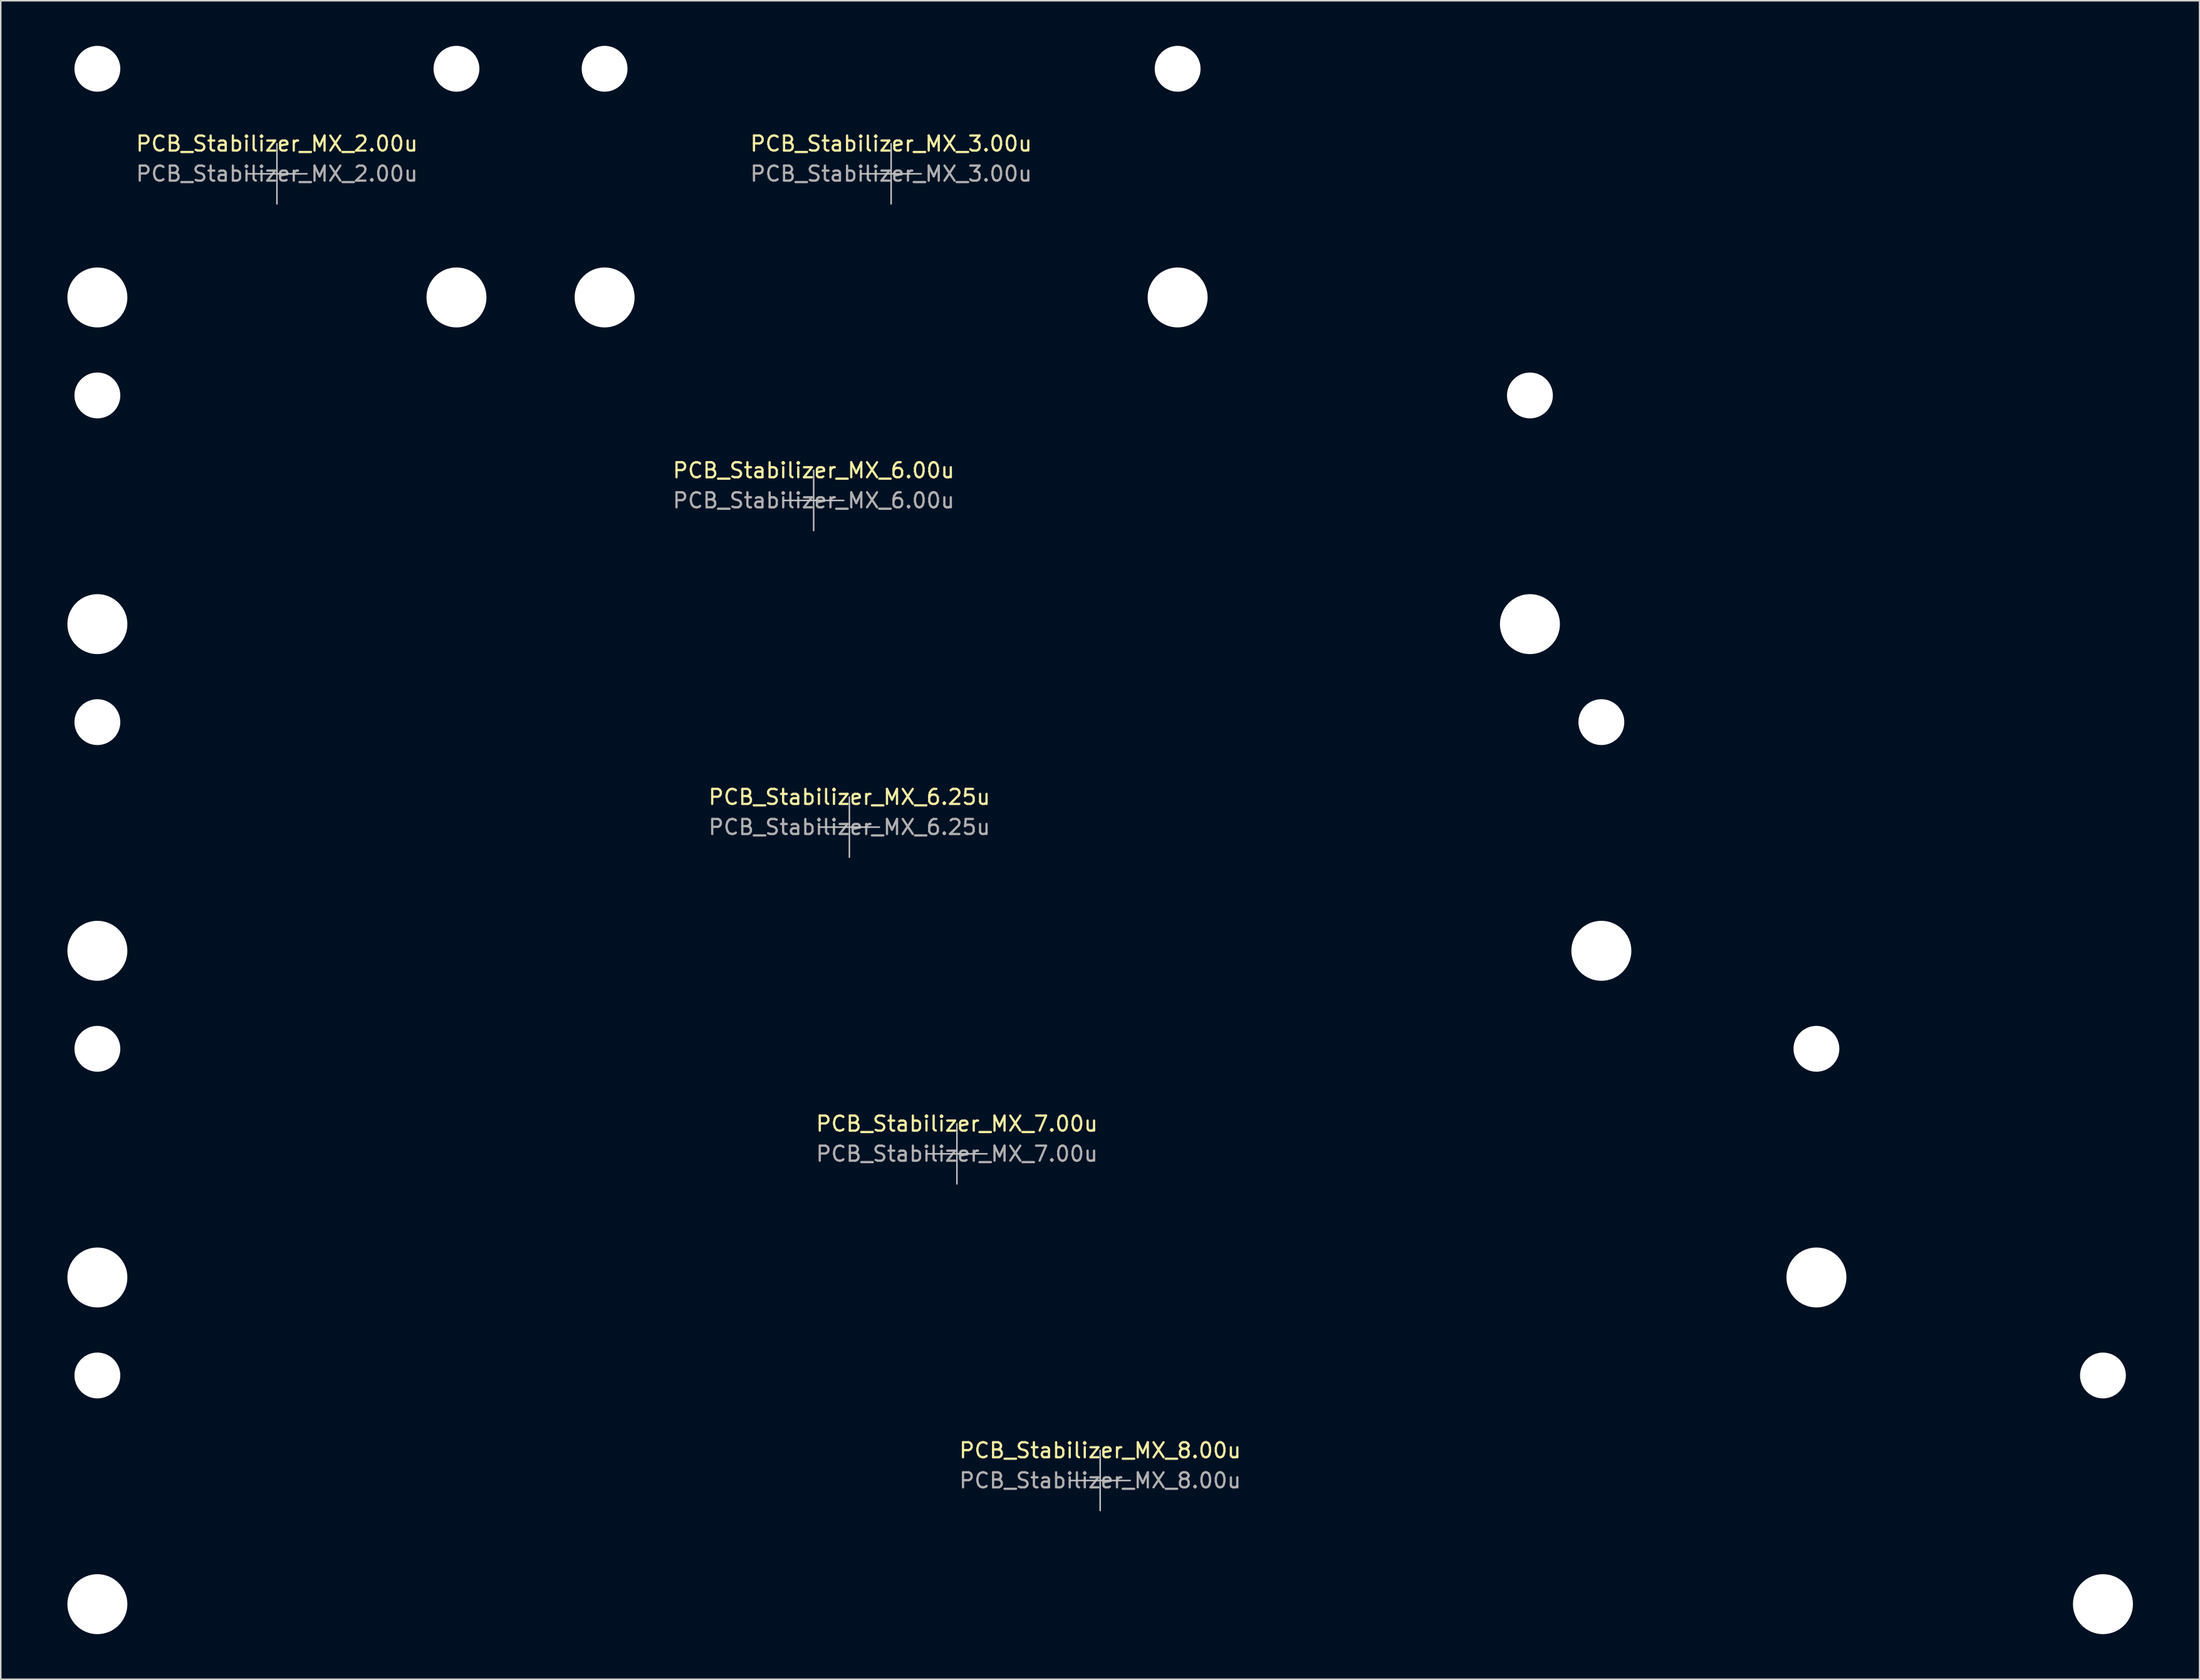
<source format=kicad_pcb>
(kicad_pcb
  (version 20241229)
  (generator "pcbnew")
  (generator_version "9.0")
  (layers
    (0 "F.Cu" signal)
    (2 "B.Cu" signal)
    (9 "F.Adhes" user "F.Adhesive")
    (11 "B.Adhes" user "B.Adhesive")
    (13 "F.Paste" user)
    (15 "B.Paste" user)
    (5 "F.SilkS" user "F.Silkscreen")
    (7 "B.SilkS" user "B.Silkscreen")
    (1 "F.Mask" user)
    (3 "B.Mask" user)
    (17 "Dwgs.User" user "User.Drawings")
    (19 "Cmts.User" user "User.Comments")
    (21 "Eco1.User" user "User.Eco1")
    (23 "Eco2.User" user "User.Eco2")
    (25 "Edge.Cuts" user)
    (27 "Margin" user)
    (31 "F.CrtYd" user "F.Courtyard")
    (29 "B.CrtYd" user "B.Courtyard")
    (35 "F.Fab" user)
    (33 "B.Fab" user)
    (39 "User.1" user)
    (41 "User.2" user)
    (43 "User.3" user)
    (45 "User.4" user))
  (footprint "PCB_Stabilizer_MX_3.00u"
    (layer "F.Cu")
    (at 56.201 8.509)
    (property "Reference" "PCB_Stabilizer_MX_3.00u" (at 0 -2 0) (layer "F.SilkS") (effects (font (size 1 1) (thickness 0.15))))
    (attr exclude_from_pos_files exclude_from_bom)
    (fp_line (start -2 0) (end 2 0) (stroke (width 0.1) (type solid)) (layer "Dwgs.User"))
    (fp_line (start 0 2) (end 0 -2) (stroke (width 0.1) (type solid)) (layer "Dwgs.User"))
    (fp_line (start -22.425 -5.53) (end -22.425 6.77) (stroke (width 0.1) (type solid)) (layer "Eco1.User"))
    (fp_line (start -22.425 6.77) (end -15.675 6.77) (stroke (width 0.1) (type solid)) (layer "Eco1.User"))
    (fp_line (start -15.675 -5.53) (end -22.425 -5.53) (stroke (width 0.1) (type solid)) (layer "Eco1.User"))
    (fp_line (start -15.675 6.77) (end -15.675 -5.53) (stroke (width 0.1) (type solid)) (layer "Eco1.User"))
    (fp_line (start 15.675 -5.53) (end 15.675 6.77) (stroke (width 0.1) (type solid)) (layer "Eco1.User"))
    (fp_line (start 15.675 6.77) (end 22.425 6.77) (stroke (width 0.1) (type solid)) (layer "Eco1.User"))
    (fp_line (start 22.425 -5.53) (end 15.675 -5.53) (stroke (width 0.1) (type solid)) (layer "Eco1.User"))
    (fp_line (start 22.425 6.77) (end 22.425 -5.53) (stroke (width 0.1) (type solid)) (layer "Eco1.User"))
    (fp_text user "${REFERENCE}" (at 0 0 0) (layer "F.Fab") (effects (font (size 1 1) (thickness 0.15))))
    (pad "" np_thru_hole circle (at -19.05 -6.985) (size 3.048 3.048) (drill 3.048) (layers "*.Cu" "*.Mask"))
    (pad "" np_thru_hole circle (at -19.05 8.225) (size 3.988 3.988) (drill 3.988) (layers "*.Cu" "*.Mask"))
    (pad "" np_thru_hole circle (at 19.05 -6.985) (size 3.048 3.048) (drill 3.048) (layers "*.Cu" "*.Mask"))
    (pad "" np_thru_hole circle (at 19.05 8.225) (size 3.988 3.988) (drill 3.988) (layers "*.Cu" "*.Mask")))
  (footprint "PCB_Stabilizer_MX_8.00u"
    (layer "F.Cu")
    (at 70.1 95.421)
    (property "Reference" "PCB_Stabilizer_MX_8.00u" (at 0 -2 0) (layer "F.SilkS") (effects (font (size 1 1) (thickness 0.15))))
    (attr exclude_from_pos_files exclude_from_bom)
    (fp_line (start -2 0) (end 2 0) (stroke (width 0.1) (type solid)) (layer "Dwgs.User"))
    (fp_line (start 0 2) (end 0 -2) (stroke (width 0.1) (type solid)) (layer "Dwgs.User"))
    (fp_line (start -70.05 -5.53) (end -70.05 6.77) (stroke (width 0.1) (type solid)) (layer "Eco1.User"))
    (fp_line (start -70.05 6.77) (end -63.3 6.77) (stroke (width 0.1) (type solid)) (layer "Eco1.User"))
    (fp_line (start -63.3 -5.53) (end -70.05 -5.53) (stroke (width 0.1) (type solid)) (layer "Eco1.User"))
    (fp_line (start -63.3 6.77) (end -63.3 -5.53) (stroke (width 0.1) (type solid)) (layer "Eco1.User"))
    (fp_line (start 63.3 -5.53) (end 63.3 6.77) (stroke (width 0.1) (type solid)) (layer "Eco1.User"))
    (fp_line (start 63.3 6.77) (end 70.05 6.77) (stroke (width 0.1) (type solid)) (layer "Eco1.User"))
    (fp_line (start 70.05 -5.53) (end 63.3 -5.53) (stroke (width 0.1) (type solid)) (layer "Eco1.User"))
    (fp_line (start 70.05 6.77) (end 70.05 -5.53) (stroke (width 0.1) (type solid)) (layer "Eco1.User"))
    (fp_text user "${REFERENCE}" (at 0 0 0) (layer "F.Fab") (effects (font (size 1 1) (thickness 0.15))))
    (pad "" np_thru_hole circle (at -66.675 -6.985) (size 3.048 3.048) (drill 3.048) (layers "*.Cu" "*.Mask"))
    (pad "" np_thru_hole circle (at -66.675 8.225) (size 3.988 3.988) (drill 3.988) (layers "*.Cu" "*.Mask"))
    (pad "" np_thru_hole circle (at 66.675 -6.985) (size 3.048 3.048) (drill 3.048) (layers "*.Cu" "*.Mask"))
    (pad "" np_thru_hole circle (at 66.675 8.225) (size 3.988 3.988) (drill 3.988) (layers "*.Cu" "*.Mask")))
  (footprint "PCB_Stabilizer_MX_6.00u"
    (layer "F.Cu")
    (at 51.05 30.237)
    (property "Reference" "PCB_Stabilizer_MX_6.00u" (at 0 -2 0) (layer "F.SilkS") (effects (font (size 1 1) (thickness 0.15))))
    (attr exclude_from_pos_files exclude_from_bom)
    (fp_line (start -2 0) (end 2 0) (stroke (width 0.1) (type solid)) (layer "Dwgs.User"))
    (fp_line (start 0 2) (end 0 -2) (stroke (width 0.1) (type solid)) (layer "Dwgs.User"))
    (fp_line (start -51 -5.53) (end -51 6.77) (stroke (width 0.1) (type solid)) (layer "Eco1.User"))
    (fp_line (start -51 6.77) (end -44.25 6.77) (stroke (width 0.1) (type solid)) (layer "Eco1.User"))
    (fp_line (start -44.25 -5.53) (end -51 -5.53) (stroke (width 0.1) (type solid)) (layer "Eco1.User"))
    (fp_line (start -44.25 6.77) (end -44.25 -5.53) (stroke (width 0.1) (type solid)) (layer "Eco1.User"))
    (fp_line (start 44.25 -5.53) (end 44.25 6.77) (stroke (width 0.1) (type solid)) (layer "Eco1.User"))
    (fp_line (start 44.25 6.77) (end 51 6.77) (stroke (width 0.1) (type solid)) (layer "Eco1.User"))
    (fp_line (start 51 -5.53) (end 44.25 -5.53) (stroke (width 0.1) (type solid)) (layer "Eco1.User"))
    (fp_line (start 51 6.77) (end 51 -5.53) (stroke (width 0.1) (type solid)) (layer "Eco1.User"))
    (fp_text user "${REFERENCE}" (at 0 0 0) (layer "F.Fab") (effects (font (size 1 1) (thickness 0.15))))
    (pad "" np_thru_hole circle (at -47.625 -6.985) (size 3.048 3.048) (drill 3.048) (layers "*.Cu" "*.Mask"))
    (pad "" np_thru_hole circle (at -47.625 8.225) (size 3.988 3.988) (drill 3.988) (layers "*.Cu" "*.Mask"))
    (pad "" np_thru_hole circle (at 47.625 -6.985) (size 3.048 3.048) (drill 3.048) (layers "*.Cu" "*.Mask"))
    (pad "" np_thru_hole circle (at 47.625 8.225) (size 3.988 3.988) (drill 3.988) (layers "*.Cu" "*.Mask")))
  (footprint "PCB_Stabilizer_MX_2.00u"
    (layer "F.Cu")
    (at 15.363 8.509)
    (property "Reference" "PCB_Stabilizer_MX_2.00u" (at 0 -2 0) (layer "F.SilkS") (effects (font (size 1 1) (thickness 0.15))))
    (attr exclude_from_pos_files exclude_from_bom)
    (fp_line (start -2 0) (end 2 0) (stroke (width 0.1) (type solid)) (layer "Dwgs.User"))
    (fp_line (start 0 2) (end 0 -2) (stroke (width 0.1) (type solid)) (layer "Dwgs.User"))
    (fp_line (start -15.313 -5.53) (end -15.313 6.77) (stroke (width 0.1) (type solid)) (layer "Eco1.User"))
    (fp_line (start -15.313 6.77) (end -8.563 6.77) (stroke (width 0.1) (type solid)) (layer "Eco1.User"))
    (fp_line (start -8.563 -5.53) (end -15.313 -5.53) (stroke (width 0.1) (type solid)) (layer "Eco1.User"))
    (fp_line (start -8.563 6.77) (end -8.563 -5.53) (stroke (width 0.1) (type solid)) (layer "Eco1.User"))
    (fp_line (start 8.563 -5.53) (end 8.563 6.77) (stroke (width 0.1) (type solid)) (layer "Eco1.User"))
    (fp_line (start 8.563 6.77) (end 15.313 6.77) (stroke (width 0.1) (type solid)) (layer "Eco1.User"))
    (fp_line (start 15.313 -5.53) (end 8.563 -5.53) (stroke (width 0.1) (type solid)) (layer "Eco1.User"))
    (fp_line (start 15.313 6.77) (end 15.313 -5.53) (stroke (width 0.1) (type solid)) (layer "Eco1.User"))
    (fp_text user "${REFERENCE}" (at 0 0 0) (layer "F.Fab") (effects (font (size 1 1) (thickness 0.15))))
    (pad "" np_thru_hole circle (at -11.938 -6.985) (size 3.048 3.048) (drill 3.048) (layers "*.Cu" "*.Mask"))
    (pad "" np_thru_hole circle (at -11.938 8.225) (size 3.988 3.988) (drill 3.988) (layers "*.Cu" "*.Mask"))
    (pad "" np_thru_hole circle (at 11.938 -6.985) (size 3.048 3.048) (drill 3.048) (layers "*.Cu" "*.Mask"))
    (pad "" np_thru_hole circle (at 11.938 8.225) (size 3.988 3.988) (drill 3.988) (layers "*.Cu" "*.Mask")))
  (footprint "PCB_Stabilizer_MX_7.00u"
    (layer "F.Cu")
    (at 60.575 73.693)
    (property "Reference" "PCB_Stabilizer_MX_7.00u" (at 0 -2 0) (layer "F.SilkS") (effects (font (size 1 1) (thickness 0.15))))
    (attr exclude_from_pos_files exclude_from_bom)
    (fp_line (start -2 0) (end 2 0) (stroke (width 0.1) (type solid)) (layer "Dwgs.User"))
    (fp_line (start 0 2) (end 0 -2) (stroke (width 0.1) (type solid)) (layer "Dwgs.User"))
    (fp_line (start -60.525 -5.53) (end -60.525 6.77) (stroke (width 0.1) (type solid)) (layer "Eco1.User"))
    (fp_line (start -60.525 6.77) (end -53.775 6.77) (stroke (width 0.1) (type solid)) (layer "Eco1.User"))
    (fp_line (start -53.775 -5.53) (end -60.525 -5.53) (stroke (width 0.1) (type solid)) (layer "Eco1.User"))
    (fp_line (start -53.775 6.77) (end -53.775 -5.53) (stroke (width 0.1) (type solid)) (layer "Eco1.User"))
    (fp_line (start 53.775 -5.53) (end 53.775 6.77) (stroke (width 0.1) (type solid)) (layer "Eco1.User"))
    (fp_line (start 53.775 6.77) (end 60.525 6.77) (stroke (width 0.1) (type solid)) (layer "Eco1.User"))
    (fp_line (start 60.525 -5.53) (end 53.775 -5.53) (stroke (width 0.1) (type solid)) (layer "Eco1.User"))
    (fp_line (start 60.525 6.77) (end 60.525 -5.53) (stroke (width 0.1) (type solid)) (layer "Eco1.User"))
    (fp_text user "${REFERENCE}" (at 0 0 0) (layer "F.Fab") (effects (font (size 1 1) (thickness 0.15))))
    (pad "" np_thru_hole circle (at -57.15 -6.985) (size 3.048 3.048) (drill 3.048) (layers "*.Cu" "*.Mask"))
    (pad "" np_thru_hole circle (at -57.15 8.225) (size 3.988 3.988) (drill 3.988) (layers "*.Cu" "*.Mask"))
    (pad "" np_thru_hole circle (at 57.15 -6.985) (size 3.048 3.048) (drill 3.048) (layers "*.Cu" "*.Mask"))
    (pad "" np_thru_hole circle (at 57.15 8.225) (size 3.988 3.988) (drill 3.988) (layers "*.Cu" "*.Mask")))
  (footprint "PCB_Stabilizer_MX_6.25u"
    (layer "F.Cu")
    (at 53.425 51.965)
    (property "Reference" "PCB_Stabilizer_MX_6.25u" (at 0 -2 0) (layer "F.SilkS") (effects (font (size 1 1) (thickness 0.15))))
    (attr exclude_from_pos_files exclude_from_bom)
    (fp_line (start -2 0) (end 2 0) (stroke (width 0.1) (type solid)) (layer "Dwgs.User"))
    (fp_line (start 0 2) (end 0 -2) (stroke (width 0.1) (type solid)) (layer "Dwgs.User"))
    (fp_line (start -53.375 -5.53) (end -53.375 6.77) (stroke (width 0.1) (type solid)) (layer "Eco1.User"))
    (fp_line (start -53.375 6.77) (end -46.625 6.77) (stroke (width 0.1) (type solid)) (layer "Eco1.User"))
    (fp_line (start -46.625 -5.53) (end -53.375 -5.53) (stroke (width 0.1) (type solid)) (layer "Eco1.User"))
    (fp_line (start -46.625 6.77) (end -46.625 -5.53) (stroke (width 0.1) (type solid)) (layer "Eco1.User"))
    (fp_line (start 46.625 -5.53) (end 46.625 6.77) (stroke (width 0.1) (type solid)) (layer "Eco1.User"))
    (fp_line (start 46.625 6.77) (end 53.375 6.77) (stroke (width 0.1) (type solid)) (layer "Eco1.User"))
    (fp_line (start 53.375 -5.53) (end 46.625 -5.53) (stroke (width 0.1) (type solid)) (layer "Eco1.User"))
    (fp_line (start 53.375 6.77) (end 53.375 -5.53) (stroke (width 0.1) (type solid)) (layer "Eco1.User"))
    (fp_text user "${REFERENCE}" (at 0 0 0) (layer "F.Fab") (effects (font (size 1 1) (thickness 0.15))))
    (pad "" np_thru_hole circle (at -50 -6.985) (size 3.048 3.048) (drill 3.048) (layers "*.Cu" "*.Mask"))
    (pad "" np_thru_hole circle (at -50 8.225) (size 3.988 3.988) (drill 3.988) (layers "*.Cu" "*.Mask"))
    (pad "" np_thru_hole circle (at 50 -6.985) (size 3.048 3.048) (drill 3.048) (layers "*.Cu" "*.Mask"))
    (pad "" np_thru_hole circle (at 50 8.225) (size 3.988 3.988) (drill 3.988) (layers "*.Cu" "*.Mask")))
  (gr_rect
    (start -3 -3)
    (end 143.2 108.639)
    (stroke (width 0.1) (type default))
    (fill no)
    (layer "Edge.Cuts")))
</source>
